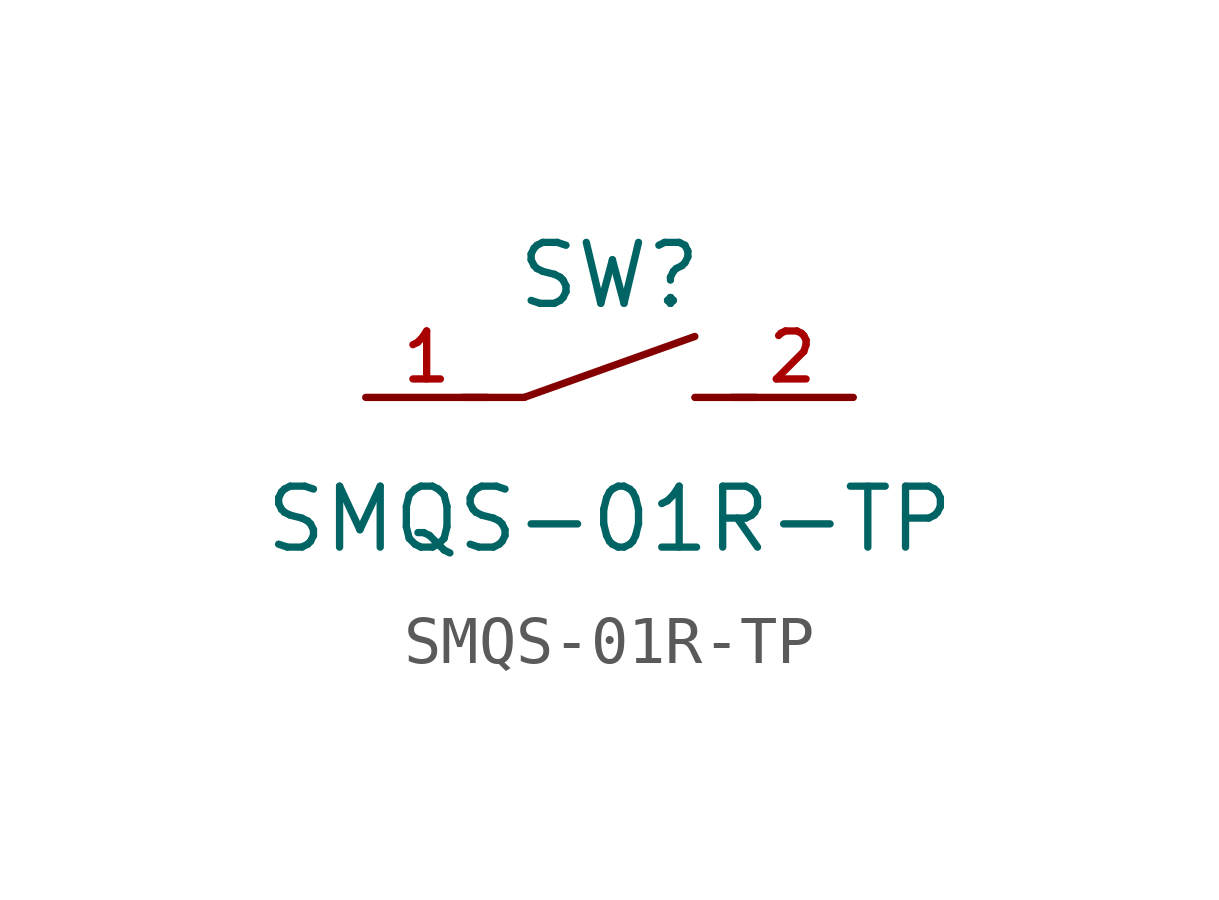
<source format=kicad_sym>
(kicad_symbol_lib
  (version 20220914)
  (generator kicad_symbol_editor)
  (symbol "SMQS-01R-TP"
    (pin_names hide)
    (property "Reference" "SW"
      (at 0 2.54 0)
      (effects (font (size 1.27 1.27))))
    (property "Value" "SMQS-01R-TP"
      (at 0 -2.54 0)
      (effects (font (size 1.27 1.27))))
    (symbol "SMQS-01R-TP_0_1"
      (polyline (pts (xy -3.048 0) (xy -1.778 0)) (stroke (width 0) (type default)) (fill (type none)))
      (polyline (pts (xy -1.778 0) (xy 1.778 1.27)) (stroke (width 0) (type default)) (fill (type none)))
      (polyline (pts (xy 1.778 0) (xy 3.048 0)) (stroke (width 0) (type default)) (fill (type none)))
      (pin unspecified line (at -5.08 0 0) (length 2.54) (name "1" (effects (font (size 1 1)))) (number "1" (effects (font (size 1 1)))))
      (pin unspecified line (at 5.08 0 180) (length 2.54) (name "2" (effects (font (size 1 1)))) (number "2" (effects (font (size 1 1))))))))
</source>
